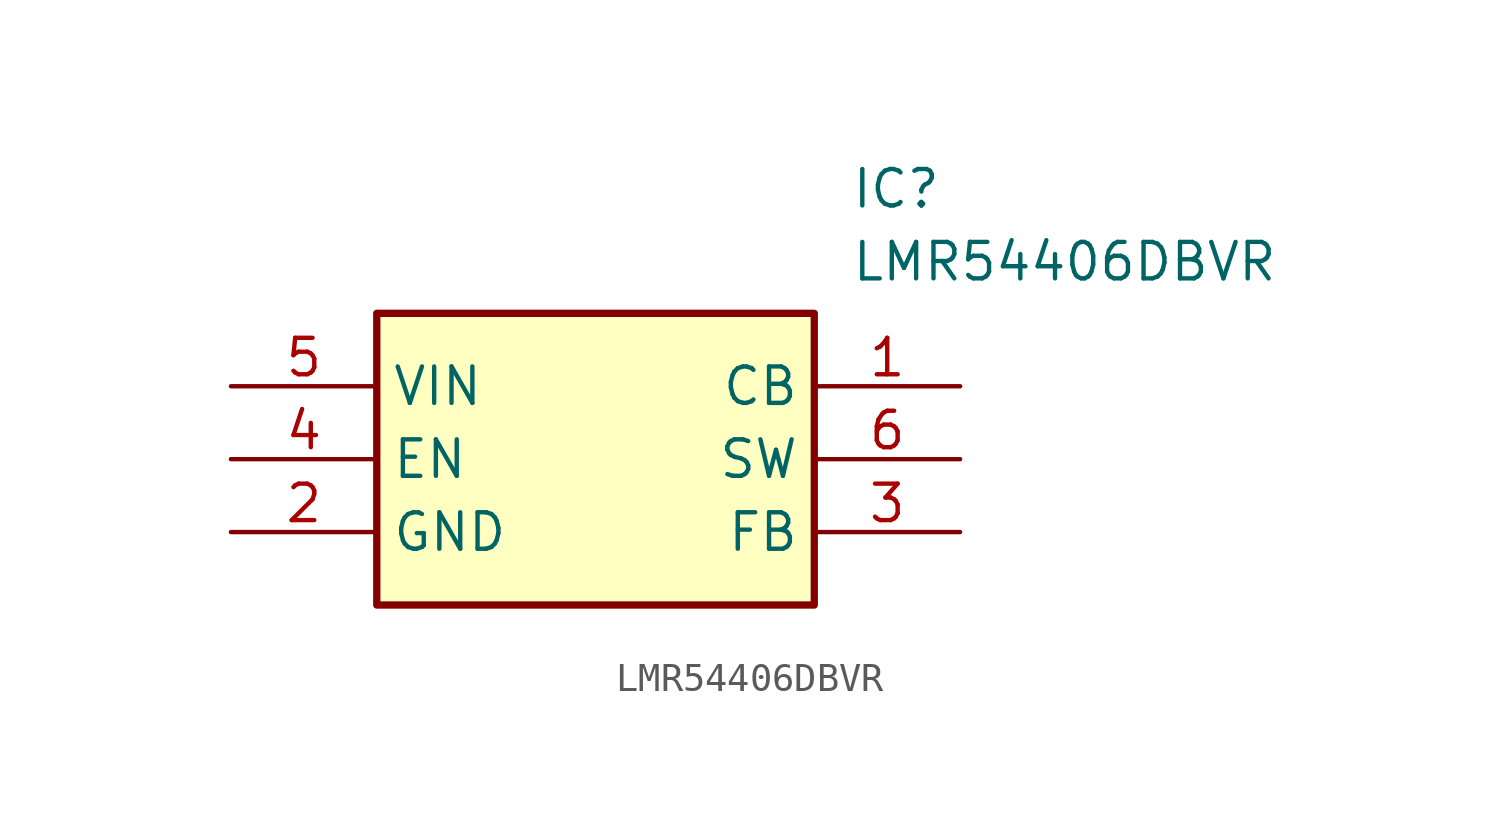
<source format=kicad_sym>
(kicad_symbol_lib
  (version 20220914)
  (generator kicad_symbol_editor)
  (symbol "LMR54406DBVR"
    (property "Reference" "IC"
      (at 21.59 7.62 0)
      (effects (font (size 1.27 1.27)) (justify left top)))
    (property "Value" "LMR54406DBVR"
      (at 21.59 5.08 0)
      (effects (font (size 1.27 1.27)) (justify left top)))
    (symbol "LMR54406DBVR_1_1"
      (rectangle (start 5.08 2.54) (end 20.32 -7.62) (stroke (width 0.254) (type default)) (fill (type background)))
      (pin passive line (at 25.4 0 180) (length 5.08) (name "CB" (effects (font (size 1.27 1.27)))) (number "1" (effects (font (size 1.27 1.27)))))
      (pin passive line (at 0 -5.08 0) (length 5.08) (name "GND" (effects (font (size 1.27 1.27)))) (number "2" (effects (font (size 1.27 1.27)))))
      (pin passive line (at 25.4 -5.08 180) (length 5.08) (name "FB" (effects (font (size 1.27 1.27)))) (number "3" (effects (font (size 1.27 1.27)))))
      (pin passive line (at 0 -2.54 0) (length 5.08) (name "EN" (effects (font (size 1.27 1.27)))) (number "4" (effects (font (size 1.27 1.27)))))
      (pin passive line (at 0 0 0) (length 5.08) (name "VIN" (effects (font (size 1.27 1.27)))) (number "5" (effects (font (size 1.27 1.27)))))
      (pin passive line (at 25.4 -2.54 180) (length 5.08) (name "SW" (effects (font (size 1.27 1.27)))) (number "6" (effects (font (size 1.27 1.27))))))))
</source>
